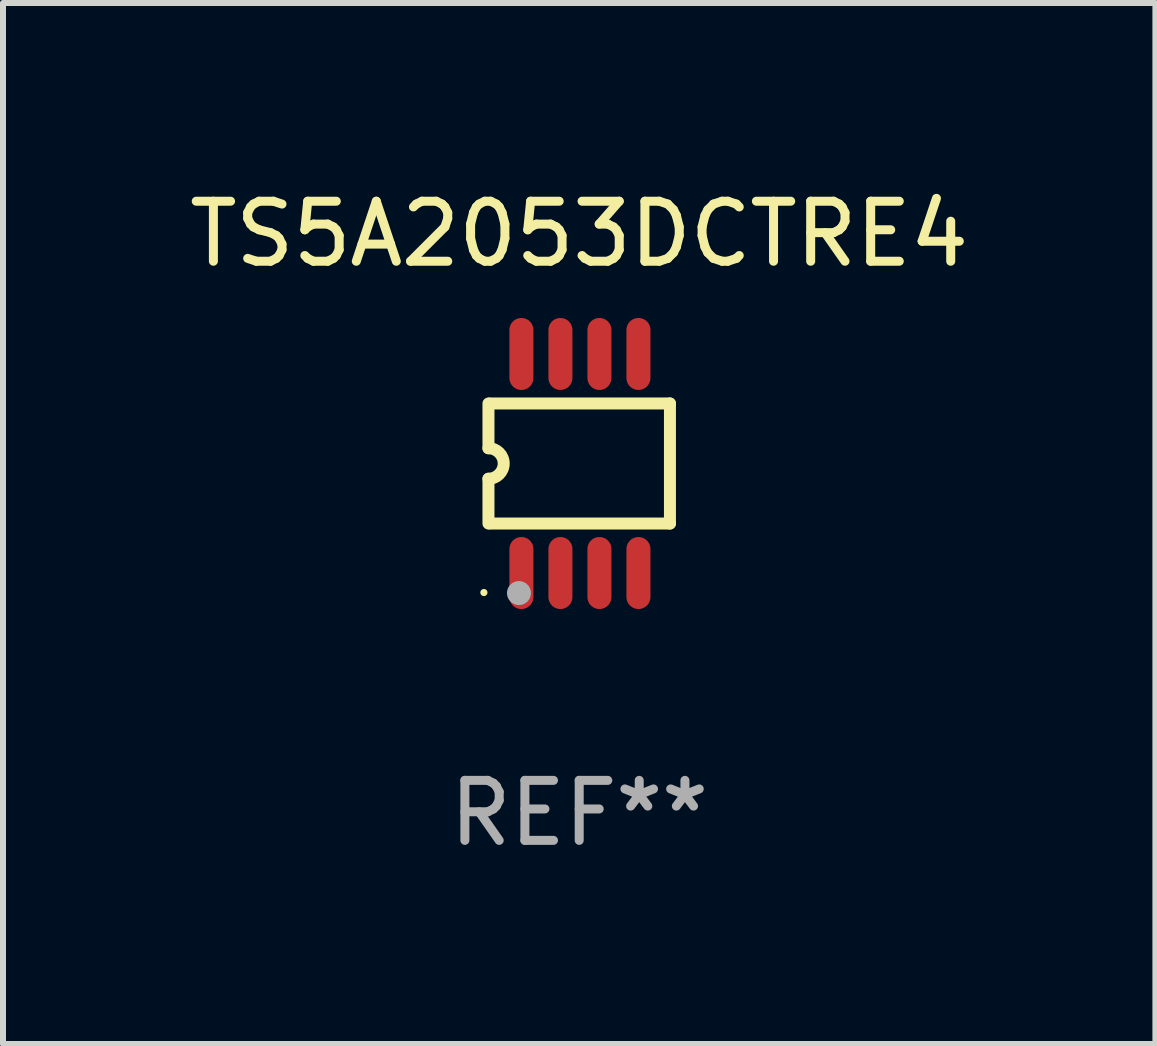
<source format=kicad_pcb>
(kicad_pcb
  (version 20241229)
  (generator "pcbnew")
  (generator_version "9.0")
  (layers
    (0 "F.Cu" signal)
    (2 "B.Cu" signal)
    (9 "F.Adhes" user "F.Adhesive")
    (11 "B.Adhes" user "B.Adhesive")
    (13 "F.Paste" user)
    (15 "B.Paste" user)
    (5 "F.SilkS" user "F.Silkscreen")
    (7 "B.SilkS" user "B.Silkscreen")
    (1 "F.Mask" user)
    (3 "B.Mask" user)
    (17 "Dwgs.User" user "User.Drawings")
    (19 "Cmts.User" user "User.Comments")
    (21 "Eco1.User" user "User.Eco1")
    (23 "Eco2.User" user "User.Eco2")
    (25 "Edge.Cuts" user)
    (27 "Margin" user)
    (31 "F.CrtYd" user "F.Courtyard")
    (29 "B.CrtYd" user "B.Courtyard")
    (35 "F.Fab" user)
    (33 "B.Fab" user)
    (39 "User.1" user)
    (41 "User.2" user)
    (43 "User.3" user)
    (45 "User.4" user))
  (footprint "TS5A2053DCTRE4"
    (layer "F.Cu")
    (at 6.601 4.673)
    (property "Reference" "TS5A2053DCTRE4" (at 0 -3.825 0) (layer "F.SilkS") (effects (font (size 1 1) (thickness 0.15))))
    (attr through_hole)
    (fp_line (start -1.512 -0.254) (end -1.512 -1) (stroke (width 0.2) (type solid)) (layer "F.SilkS"))
    (fp_line (start -1.512 0.254) (end -1.512 1) (stroke (width 0.2) (type solid)) (layer "F.SilkS"))
    (fp_line (start -1.488 -1) (end 1.512 -1) (stroke (width 0.2) (type solid)) (layer "F.SilkS"))
    (fp_line (start 1.512 -1) (end 1.512 1) (stroke (width 0.2) (type solid)) (layer "F.SilkS"))
    (fp_line (start 1.512 1) (end -1.488 1) (stroke (width 0.2) (type solid)) (layer "F.SilkS"))
    (fp_arc (start -1.512002 -0.254001) (mid -1.258001 0) (end -1.512002 0.254001) (stroke (width 0.2) (type solid)) (layer "F.SilkS"))
    (fp_circle (center -1.588 2.15) (end -1.558 2.15) (stroke (width 0.06) (type solid)) (fill no) (layer "F.SilkS"))
    (fp_circle (center -1.004 2.159) (end -0.904 2.159) (stroke (width 0.2) (type solid)) (fill no) (layer "F.Fab"))
    (fp_text user "REF**" (at 0 5.825 0) (layer "F.Fab") (effects (font (size 1 1) (thickness 0.15))))
    (pad "1" smd oval (at -0.963 1.825 270) (size 1.2 0.4) (layers "F.Cu" "F.Mask" "F.Paste"))
    (pad "2" smd oval (at -0.313 1.825 270) (size 1.2 0.4) (layers "F.Cu" "F.Mask" "F.Paste"))
    (pad "3" smd oval (at 0.337 1.825 270) (size 1.2 0.4) (layers "F.Cu" "F.Mask" "F.Paste"))
    (pad "4" smd oval (at 0.987 1.825 270) (size 1.2 0.4) (layers "F.Cu" "F.Mask" "F.Paste"))
    (pad "5" smd oval (at 0.987 -1.825 270) (size 1.2 0.4) (layers "F.Cu" "F.Mask" "F.Paste"))
    (pad "6" smd oval (at 0.337 -1.825 270) (size 1.2 0.4) (layers "F.Cu" "F.Mask" "F.Paste"))
    (pad "7" smd oval (at -0.313 -1.825 270) (size 1.2 0.4) (layers "F.Cu" "F.Mask" "F.Paste"))
    (pad "8" smd oval (at -0.963 -1.825 270) (size 1.2 0.4) (layers "F.Cu" "F.Mask" "F.Paste")))
  (gr_rect
    (start -3 -3)
    (end 16.202 14.346)
    (stroke (width 0.1) (type default))
    (fill no)
    (layer "Edge.Cuts")))
</source>
